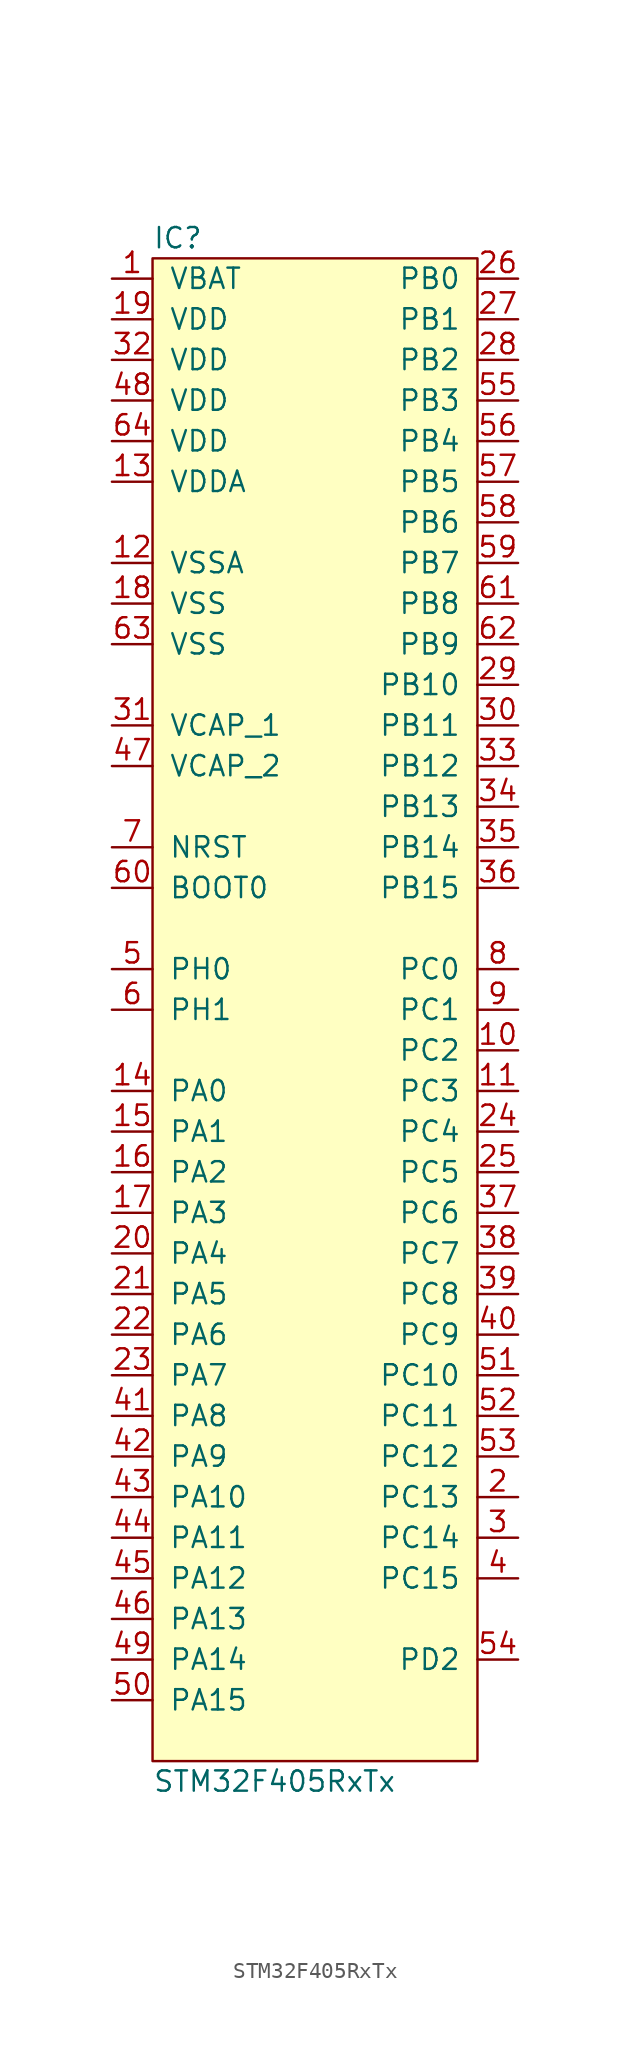
<source format=kicad_sym>
(kicad_symbol_lib
  (version 20211014)
  (generator agg_kicad.build_lib_ic)
  (symbol "STM32F405RxTx"
    (pin_names
      (offset 1.016))
    (property Reference IC
      (at -10.16 48.26 0)
      (effects (font (size 1.27 1.27)) (justify left)))
    (property Value "STM32F405RxTx"
      (at -10.16 -48.26 0)
      (effects (font (size 1.27 1.27)) (justify left)))
    (symbol "STM32F405RxTx_0_0"
      (rectangle (start -10.16 46.99) (end 10.16 -46.99) (stroke (width 0) (type default) (color 0 0 0 0)) (fill (type background)))
      (pin power_in line (at -12.7 45.72 0) (length 2.54) (name VBAT (effects (font (size 1.27 1.27)))) (number "1" (effects (font (size 1.27 1.27)))))
      (pin power_in line (at -12.7 43.18 0) (length 2.54) (name VDD (effects (font (size 1.27 1.27)))) (number "19" (effects (font (size 1.27 1.27)))))
      (pin power_in line (at -12.7 40.64 0) (length 2.54) (name VDD (effects (font (size 1.27 1.27)))) (number "32" (effects (font (size 1.27 1.27)))))
      (pin power_in line (at -12.7 38.1 0) (length 2.54) (name VDD (effects (font (size 1.27 1.27)))) (number "48" (effects (font (size 1.27 1.27)))))
      (pin power_in line (at -12.7 35.56 0) (length 2.54) (name VDD (effects (font (size 1.27 1.27)))) (number "64" (effects (font (size 1.27 1.27)))))
      (pin power_in line (at -12.7 33.02 0) (length 2.54) (name VDDA (effects (font (size 1.27 1.27)))) (number "13" (effects (font (size 1.27 1.27)))))
      (pin power_in line (at -12.7 27.94 0) (length 2.54) (name VSSA (effects (font (size 1.27 1.27)))) (number "12" (effects (font (size 1.27 1.27)))))
      (pin power_in line (at -12.7 25.4 0) (length 2.54) (name VSS (effects (font (size 1.27 1.27)))) (number "18" (effects (font (size 1.27 1.27)))))
      (pin power_in line (at -12.7 22.86 0) (length 2.54) (name VSS (effects (font (size 1.27 1.27)))) (number "63" (effects (font (size 1.27 1.27)))))
      (pin passive line (at -12.7 17.78 0) (length 2.54) (name "VCAP_1" (effects (font (size 1.27 1.27)))) (number "31" (effects (font (size 1.27 1.27)))))
      (pin passive line (at -12.7 15.24 0) (length 2.54) (name "VCAP_2" (effects (font (size 1.27 1.27)))) (number "47" (effects (font (size 1.27 1.27)))))
      (pin input line (at -12.7 10.16 0) (length 2.54) (name NRST (effects (font (size 1.27 1.27)))) (number "7" (effects (font (size 1.27 1.27)))))
      (pin input line (at -12.7 7.62 0) (length 2.54) (name "BOOT0" (effects (font (size 1.27 1.27)))) (number "60" (effects (font (size 1.27 1.27)))))
      (pin bidirectional line (at -12.7 2.54 0) (length 2.54) (name "PH0" (effects (font (size 1.27 1.27)))) (number "5" (effects (font (size 1.27 1.27)))))
      (pin bidirectional line (at -12.7 0 0) (length 2.54) (name "PH1" (effects (font (size 1.27 1.27)))) (number "6" (effects (font (size 1.27 1.27)))))
      (pin bidirectional line (at -12.7 -5.08 0) (length 2.54) (name "PA0" (effects (font (size 1.27 1.27)))) (number "14" (effects (font (size 1.27 1.27)))))
      (pin bidirectional line (at -12.7 -7.62 0) (length 2.54) (name "PA1" (effects (font (size 1.27 1.27)))) (number "15" (effects (font (size 1.27 1.27)))))
      (pin bidirectional line (at -12.7 -10.16 0) (length 2.54) (name "PA2" (effects (font (size 1.27 1.27)))) (number "16" (effects (font (size 1.27 1.27)))))
      (pin bidirectional line (at -12.7 -12.7 0) (length 2.54) (name "PA3" (effects (font (size 1.27 1.27)))) (number "17" (effects (font (size 1.27 1.27)))))
      (pin bidirectional line (at -12.7 -15.24 0) (length 2.54) (name "PA4" (effects (font (size 1.27 1.27)))) (number "20" (effects (font (size 1.27 1.27)))))
      (pin bidirectional line (at -12.7 -17.78 0) (length 2.54) (name "PA5" (effects (font (size 1.27 1.27)))) (number "21" (effects (font (size 1.27 1.27)))))
      (pin bidirectional line (at -12.7 -20.32 0) (length 2.54) (name "PA6" (effects (font (size 1.27 1.27)))) (number "22" (effects (font (size 1.27 1.27)))))
      (pin bidirectional line (at -12.7 -22.86 0) (length 2.54) (name "PA7" (effects (font (size 1.27 1.27)))) (number "23" (effects (font (size 1.27 1.27)))))
      (pin bidirectional line (at -12.7 -25.4 0) (length 2.54) (name "PA8" (effects (font (size 1.27 1.27)))) (number "41" (effects (font (size 1.27 1.27)))))
      (pin bidirectional line (at -12.7 -27.94 0) (length 2.54) (name "PA9" (effects (font (size 1.27 1.27)))) (number "42" (effects (font (size 1.27 1.27)))))
      (pin bidirectional line (at -12.7 -30.48 0) (length 2.54) (name "PA10" (effects (font (size 1.27 1.27)))) (number "43" (effects (font (size 1.27 1.27)))))
      (pin bidirectional line (at -12.7 -33.02 0) (length 2.54) (name "PA11" (effects (font (size 1.27 1.27)))) (number "44" (effects (font (size 1.27 1.27)))))
      (pin bidirectional line (at -12.7 -35.56 0) (length 2.54) (name "PA12" (effects (font (size 1.27 1.27)))) (number "45" (effects (font (size 1.27 1.27)))))
      (pin bidirectional line (at -12.7 -38.1 0) (length 2.54) (name "PA13" (effects (font (size 1.27 1.27)))) (number "46" (effects (font (size 1.27 1.27)))))
      (pin bidirectional line (at -12.7 -40.64 0) (length 2.54) (name "PA14" (effects (font (size 1.27 1.27)))) (number "49" (effects (font (size 1.27 1.27)))))
      (pin bidirectional line (at -12.7 -43.18 0) (length 2.54) (name "PA15" (effects (font (size 1.27 1.27)))) (number "50" (effects (font (size 1.27 1.27)))))
      (pin bidirectional line (at 12.7 45.72 180) (length 2.54) (name "PB0" (effects (font (size 1.27 1.27)))) (number "26" (effects (font (size 1.27 1.27)))))
      (pin bidirectional line (at 12.7 43.18 180) (length 2.54) (name "PB1" (effects (font (size 1.27 1.27)))) (number "27" (effects (font (size 1.27 1.27)))))
      (pin bidirectional line (at 12.7 40.64 180) (length 2.54) (name "PB2" (effects (font (size 1.27 1.27)))) (number "28" (effects (font (size 1.27 1.27)))))
      (pin bidirectional line (at 12.7 38.1 180) (length 2.54) (name "PB3" (effects (font (size 1.27 1.27)))) (number "55" (effects (font (size 1.27 1.27)))))
      (pin bidirectional line (at 12.7 35.56 180) (length 2.54) (name "PB4" (effects (font (size 1.27 1.27)))) (number "56" (effects (font (size 1.27 1.27)))))
      (pin bidirectional line (at 12.7 33.02 180) (length 2.54) (name "PB5" (effects (font (size 1.27 1.27)))) (number "57" (effects (font (size 1.27 1.27)))))
      (pin bidirectional line (at 12.7 30.48 180) (length 2.54) (name "PB6" (effects (font (size 1.27 1.27)))) (number "58" (effects (font (size 1.27 1.27)))))
      (pin bidirectional line (at 12.7 27.94 180) (length 2.54) (name "PB7" (effects (font (size 1.27 1.27)))) (number "59" (effects (font (size 1.27 1.27)))))
      (pin bidirectional line (at 12.7 25.4 180) (length 2.54) (name "PB8" (effects (font (size 1.27 1.27)))) (number "61" (effects (font (size 1.27 1.27)))))
      (pin bidirectional line (at 12.7 22.86 180) (length 2.54) (name "PB9" (effects (font (size 1.27 1.27)))) (number "62" (effects (font (size 1.27 1.27)))))
      (pin bidirectional line (at 12.7 20.32 180) (length 2.54) (name "PB10" (effects (font (size 1.27 1.27)))) (number "29" (effects (font (size 1.27 1.27)))))
      (pin bidirectional line (at 12.7 17.78 180) (length 2.54) (name "PB11" (effects (font (size 1.27 1.27)))) (number "30" (effects (font (size 1.27 1.27)))))
      (pin bidirectional line (at 12.7 15.24 180) (length 2.54) (name "PB12" (effects (font (size 1.27 1.27)))) (number "33" (effects (font (size 1.27 1.27)))))
      (pin bidirectional line (at 12.7 12.7 180) (length 2.54) (name "PB13" (effects (font (size 1.27 1.27)))) (number "34" (effects (font (size 1.27 1.27)))))
      (pin bidirectional line (at 12.7 10.16 180) (length 2.54) (name "PB14" (effects (font (size 1.27 1.27)))) (number "35" (effects (font (size 1.27 1.27)))))
      (pin bidirectional line (at 12.7 7.62 180) (length 2.54) (name "PB15" (effects (font (size 1.27 1.27)))) (number "36" (effects (font (size 1.27 1.27)))))
      (pin bidirectional line (at 12.7 2.54 180) (length 2.54) (name "PC0" (effects (font (size 1.27 1.27)))) (number "8" (effects (font (size 1.27 1.27)))))
      (pin bidirectional line (at 12.7 0 180) (length 2.54) (name "PC1" (effects (font (size 1.27 1.27)))) (number "9" (effects (font (size 1.27 1.27)))))
      (pin bidirectional line (at 12.7 -2.54 180) (length 2.54) (name "PC2" (effects (font (size 1.27 1.27)))) (number "10" (effects (font (size 1.27 1.27)))))
      (pin bidirectional line (at 12.7 -5.08 180) (length 2.54) (name "PC3" (effects (font (size 1.27 1.27)))) (number "11" (effects (font (size 1.27 1.27)))))
      (pin bidirectional line (at 12.7 -7.62 180) (length 2.54) (name "PC4" (effects (font (size 1.27 1.27)))) (number "24" (effects (font (size 1.27 1.27)))))
      (pin bidirectional line (at 12.7 -10.16 180) (length 2.54) (name "PC5" (effects (font (size 1.27 1.27)))) (number "25" (effects (font (size 1.27 1.27)))))
      (pin bidirectional line (at 12.7 -12.7 180) (length 2.54) (name "PC6" (effects (font (size 1.27 1.27)))) (number "37" (effects (font (size 1.27 1.27)))))
      (pin bidirectional line (at 12.7 -15.24 180) (length 2.54) (name "PC7" (effects (font (size 1.27 1.27)))) (number "38" (effects (font (size 1.27 1.27)))))
      (pin bidirectional line (at 12.7 -17.78 180) (length 2.54) (name "PC8" (effects (font (size 1.27 1.27)))) (number "39" (effects (font (size 1.27 1.27)))))
      (pin bidirectional line (at 12.7 -20.32 180) (length 2.54) (name "PC9" (effects (font (size 1.27 1.27)))) (number "40" (effects (font (size 1.27 1.27)))))
      (pin bidirectional line (at 12.7 -22.86 180) (length 2.54) (name "PC10" (effects (font (size 1.27 1.27)))) (number "51" (effects (font (size 1.27 1.27)))))
      (pin bidirectional line (at 12.7 -25.4 180) (length 2.54) (name "PC11" (effects (font (size 1.27 1.27)))) (number "52" (effects (font (size 1.27 1.27)))))
      (pin bidirectional line (at 12.7 -27.94 180) (length 2.54) (name "PC12" (effects (font (size 1.27 1.27)))) (number "53" (effects (font (size 1.27 1.27)))))
      (pin bidirectional line (at 12.7 -30.48 180) (length 2.54) (name "PC13" (effects (font (size 1.27 1.27)))) (number "2" (effects (font (size 1.27 1.27)))))
      (pin bidirectional line (at 12.7 -33.02 180) (length 2.54) (name "PC14" (effects (font (size 1.27 1.27)))) (number "3" (effects (font (size 1.27 1.27)))))
      (pin bidirectional line (at 12.7 -35.56 180) (length 2.54) (name "PC15" (effects (font (size 1.27 1.27)))) (number "4" (effects (font (size 1.27 1.27)))))
      (pin bidirectional line (at 12.7 -40.64 180) (length 2.54) (name "PD2" (effects (font (size 1.27 1.27)))) (number "54" (effects (font (size 1.27 1.27))))))))
</source>
